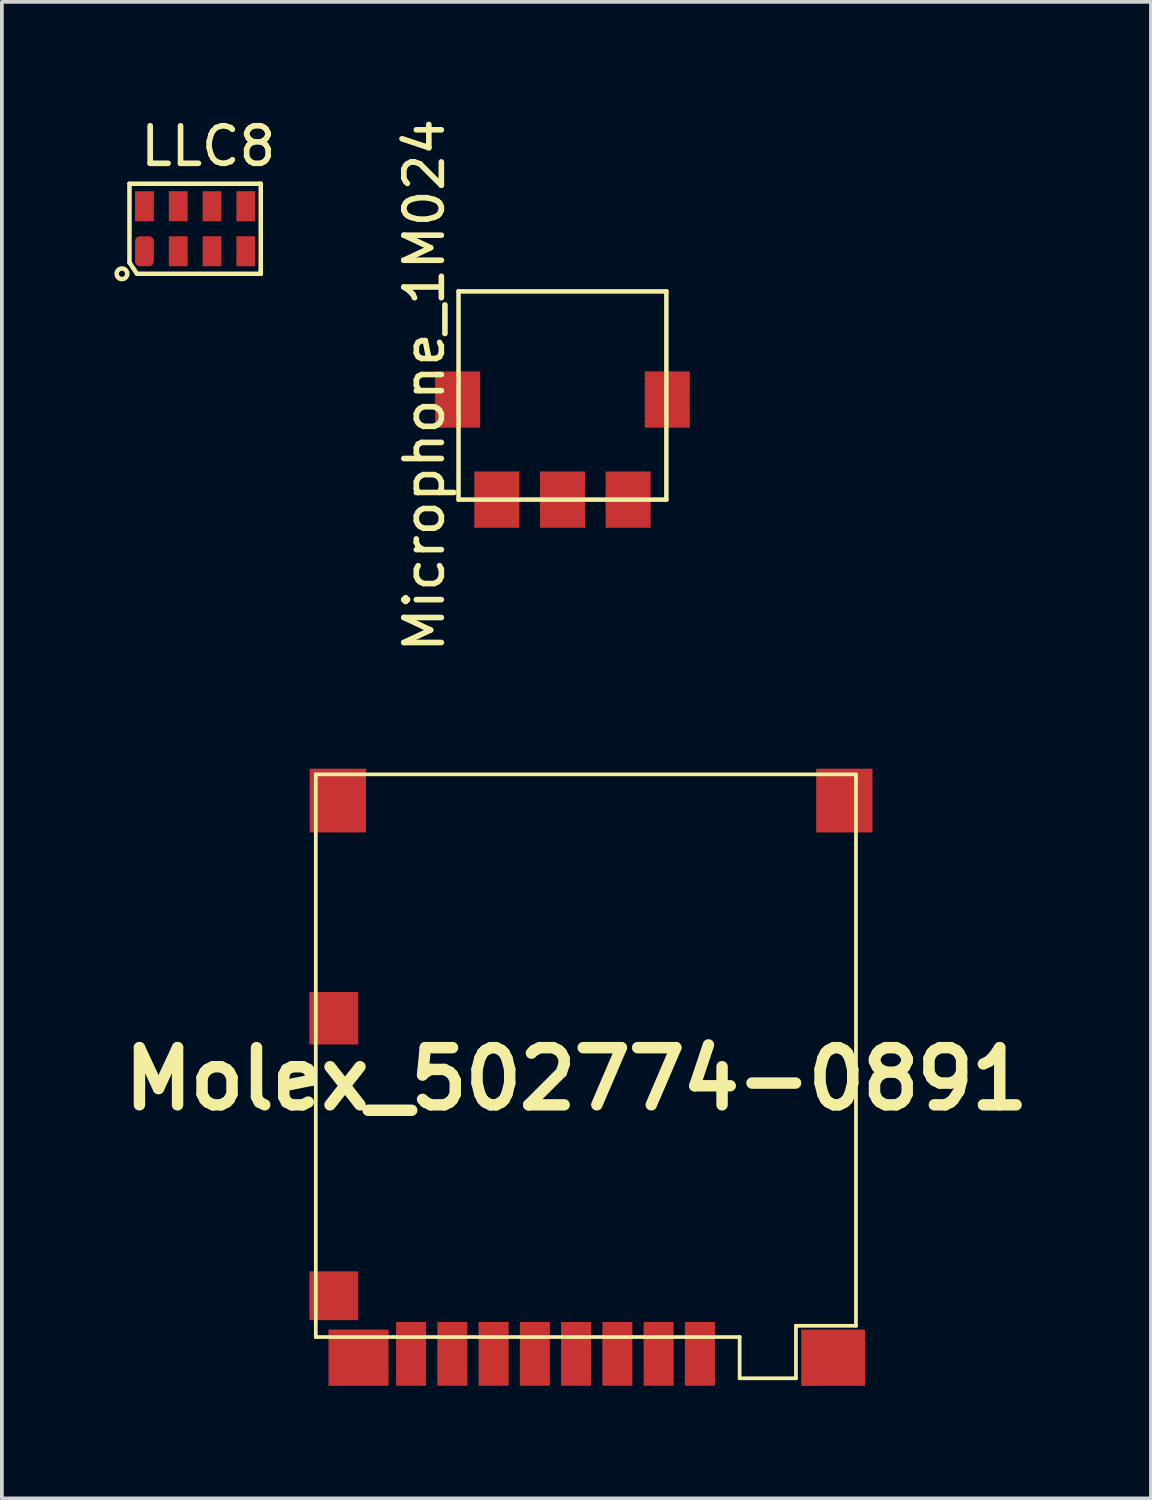
<source format=kicad_pcb>
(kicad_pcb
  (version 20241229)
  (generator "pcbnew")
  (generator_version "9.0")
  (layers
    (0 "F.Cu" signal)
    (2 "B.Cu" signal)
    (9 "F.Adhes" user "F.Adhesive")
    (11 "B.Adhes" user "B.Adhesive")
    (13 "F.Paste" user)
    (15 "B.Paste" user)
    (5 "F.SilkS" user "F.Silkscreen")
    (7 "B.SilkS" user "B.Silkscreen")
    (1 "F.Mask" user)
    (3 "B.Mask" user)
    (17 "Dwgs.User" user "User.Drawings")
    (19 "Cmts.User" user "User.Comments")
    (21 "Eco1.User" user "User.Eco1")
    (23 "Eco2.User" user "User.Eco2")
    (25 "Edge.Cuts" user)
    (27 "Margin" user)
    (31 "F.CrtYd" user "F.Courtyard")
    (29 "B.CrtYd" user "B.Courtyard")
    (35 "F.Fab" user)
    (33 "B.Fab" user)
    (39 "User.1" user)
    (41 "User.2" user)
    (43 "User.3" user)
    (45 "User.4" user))
  (footprint "Molex_502774-0891"
    (layer "F.Cu")
    (at 12.066 25.791)
    (property "Reference" "Molex_502774-0891" (at 0.249 -0.079 0) (layer "F.SilkS") (effects (font (size 1.524 1.524) (thickness 0.305))))
    (attr through_hole)
    (fp_line (start -6.698 -8.199) (end -6.698 6.8) (stroke (width 0.099) (type solid)) (layer "F.SilkS"))
    (fp_line (start -6.698 6.8) (end 4.6 6.8) (stroke (width 0.099) (type solid)) (layer "F.SilkS"))
    (fp_line (start 4.6 6.8) (end 4.6 7.899) (stroke (width 0.099) (type solid)) (layer "F.SilkS"))
    (fp_line (start 4.6 7.899) (end 6.101 7.899) (stroke (width 0.099) (type solid)) (layer "F.SilkS"))
    (fp_line (start 6.101 6.5) (end 7.701 6.5) (stroke (width 0.099) (type solid)) (layer "F.SilkS"))
    (fp_line (start 6.101 7.899) (end 6.101 6.5) (stroke (width 0.099) (type solid)) (layer "F.SilkS"))
    (fp_line (start 7.701 -8.199) (end -6.698 -8.199) (stroke (width 0.099) (type solid)) (layer "F.SilkS"))
    (fp_line (start 7.701 -8.1) (end 7.701 -8.199) (stroke (width 0.099) (type solid)) (layer "F.SilkS"))
    (fp_line (start 7.701 6.5) (end 7.701 -8.1) (stroke (width 0.099) (type solid)) (layer "F.SilkS"))
    (pad "1" smd rect (at 3.541 7.249) (size 0.8 1.699) (layers "F.Cu" "F.Mask" "F.Paste"))
    (pad "2" smd rect (at 2.441 7.249) (size 0.8 1.699) (layers "F.Cu" "F.Mask" "F.Paste"))
    (pad "3" smd rect (at 1.341 7.249) (size 0.8 1.699) (layers "F.Cu" "F.Mask" "F.Paste"))
    (pad "4" smd rect (at 0.241 7.249) (size 0.8 1.699) (layers "F.Cu" "F.Mask" "F.Paste"))
    (pad "5" smd rect (at -0.859 7.249) (size 0.8 1.699) (layers "F.Cu" "F.Mask" "F.Paste"))
    (pad "6" smd rect (at -1.958 7.249) (size 0.8 1.699) (layers "F.Cu" "F.Mask" "F.Paste"))
    (pad "7" smd rect (at -3.058 7.249) (size 0.8 1.699) (layers "F.Cu" "F.Mask" "F.Paste"))
    (pad "8" smd rect (at -4.158 7.249) (size 0.8 1.699) (layers "F.Cu" "F.Mask" "F.Paste"))
    (pad "9" smd rect (at -6.218 -1.699) (size 1.3 1.4) (layers "F.Cu" "F.Mask" "F.Paste"))
    (pad "10" smd rect (at -6.218 5.7) (size 1.3 1.3) (layers "F.Cu" "F.Mask" "F.Paste"))
    (pad "10" smd rect (at -5.56 7.351) (size 1.6 1.501) (layers "F.Cu" "F.Mask" "F.Paste"))
    (pad "11" smd rect (at -6.109 -7.501) (size 1.501 1.699) (layers "F.Cu" "F.Mask" "F.Paste"))
    (pad "11" smd rect (at 7.092 7.351) (size 1.699 1.501) (layers "F.Cu" "F.Mask" "F.Paste"))
    (pad "11" smd rect (at 7.391 -7.501) (size 1.501 1.699) (layers "F.Cu" "F.Mask" "F.Paste")))
  (footprint "LLC8"
    (layer "F.Cu")
    (at 0.801 3.648)
    (property "Reference" "LLC8" (at 1.7 -2.8 0) (layer "F.SilkS") (effects (font (size 1 1) (thickness 0.15))))
    (attr through_hole)
    (fp_line (start -0.4 -1.8) (end 3.1 -1.8) (stroke (width 0.12) (type solid)) (layer "F.SilkS"))
    (fp_line (start -0.4 0.3) (end -0.4 -1.8) (stroke (width 0.12) (type solid)) (layer "F.SilkS"))
    (fp_line (start -0.2 0.6) (end -0.4 0.3) (stroke (width 0.12) (type solid)) (layer "F.SilkS"))
    (fp_line (start 3.1 -1.8) (end 3.1 0.5) (stroke (width 0.12) (type solid)) (layer "F.SilkS"))
    (fp_line (start 3.1 0.5) (end 3.1 0.6) (stroke (width 0.12) (type solid)) (layer "F.SilkS"))
    (fp_line (start 3.1 0.6) (end -0.2 0.6) (stroke (width 0.12) (type solid)) (layer "F.SilkS"))
    (fp_circle (center -0.6 0.6) (end -0.5 0.5) (stroke (width 0.12) (type solid)) (fill no) (layer "F.SilkS"))
    (pad "1" smd roundrect (at 0 0) (size 0.5 0.8) (layers "F.Cu" "F.Mask" "F.Paste") (roundrect_rratio 0.25))
    (pad "2" smd rect (at 0.9 0) (size 0.5 0.8) (layers "F.Cu" "F.Mask" "F.Paste"))
    (pad "3" smd rect (at 1.8 0) (size 0.5 0.8) (layers "F.Cu" "F.Mask" "F.Paste"))
    (pad "4" smd rect (at 2.7 0) (size 0.5 0.8) (layers "F.Cu" "F.Mask" "F.Paste"))
    (pad "5" smd rect (at 2.7 -1.2) (size 0.5 0.8) (layers "F.Cu" "F.Mask" "F.Paste"))
    (pad "6" smd rect (at 1.8 -1.2) (size 0.5 0.8) (layers "F.Cu" "F.Mask" "F.Paste"))
    (pad "7" smd rect (at 0.9 -1.2) (size 0.5 0.8) (layers "F.Cu" "F.Mask" "F.Paste"))
    (pad "8" smd rect (at 0 -1.2) (size 0.5 0.8) (layers "F.Cu" "F.Mask" "F.Paste")))
  (footprint "Microphone_1M024"
    (layer "F.Cu")
    (at 11.943 10.268)
    (property "Reference" "Microphone_1M024" (at -3.683 -3.048 90) (layer "F.SilkS") (effects (font (size 1 1) (thickness 0.15))))
    (attr through_hole)
    (fp_line (start -2.77 -5.55) (end 2.77 -5.55) (stroke (width 0.12) (type solid)) (layer "F.SilkS"))
    (fp_line (start -2.77 0) (end -2.77 -5.55) (stroke (width 0.12) (type solid)) (layer "F.SilkS"))
    (fp_line (start 2.77 -5.55) (end 2.77 0) (stroke (width 0.12) (type solid)) (layer "F.SilkS"))
    (fp_line (start 2.77 0) (end -2.77 0) (stroke (width 0.12) (type solid)) (layer "F.SilkS"))
    (pad "" smd rect (at -2.794 -2.667) (size 1.2 1.5) (layers "F.Cu" "F.Mask" "F.Paste"))
    (pad "" smd rect (at 2.794 -2.667) (size 1.2 1.5) (layers "F.Cu" "F.Mask" "F.Paste"))
    (pad "1" smd rect (at -1.75 0) (size 1.2 1.5) (layers "F.Cu" "F.Mask" "F.Paste"))
    (pad "2" smd rect (at 0 0) (size 1.2 1.5) (layers "F.Cu" "F.Mask" "F.Paste"))
    (pad "3" smd rect (at 1.75 0) (size 1.2 1.5) (layers "F.Cu" "F.Mask" "F.Paste")))
  (gr_rect
    (start -3 -3)
    (end 27.631 36.892)
    (stroke (width 0.1) (type default))
    (fill no)
    (layer "Edge.Cuts")))
</source>
